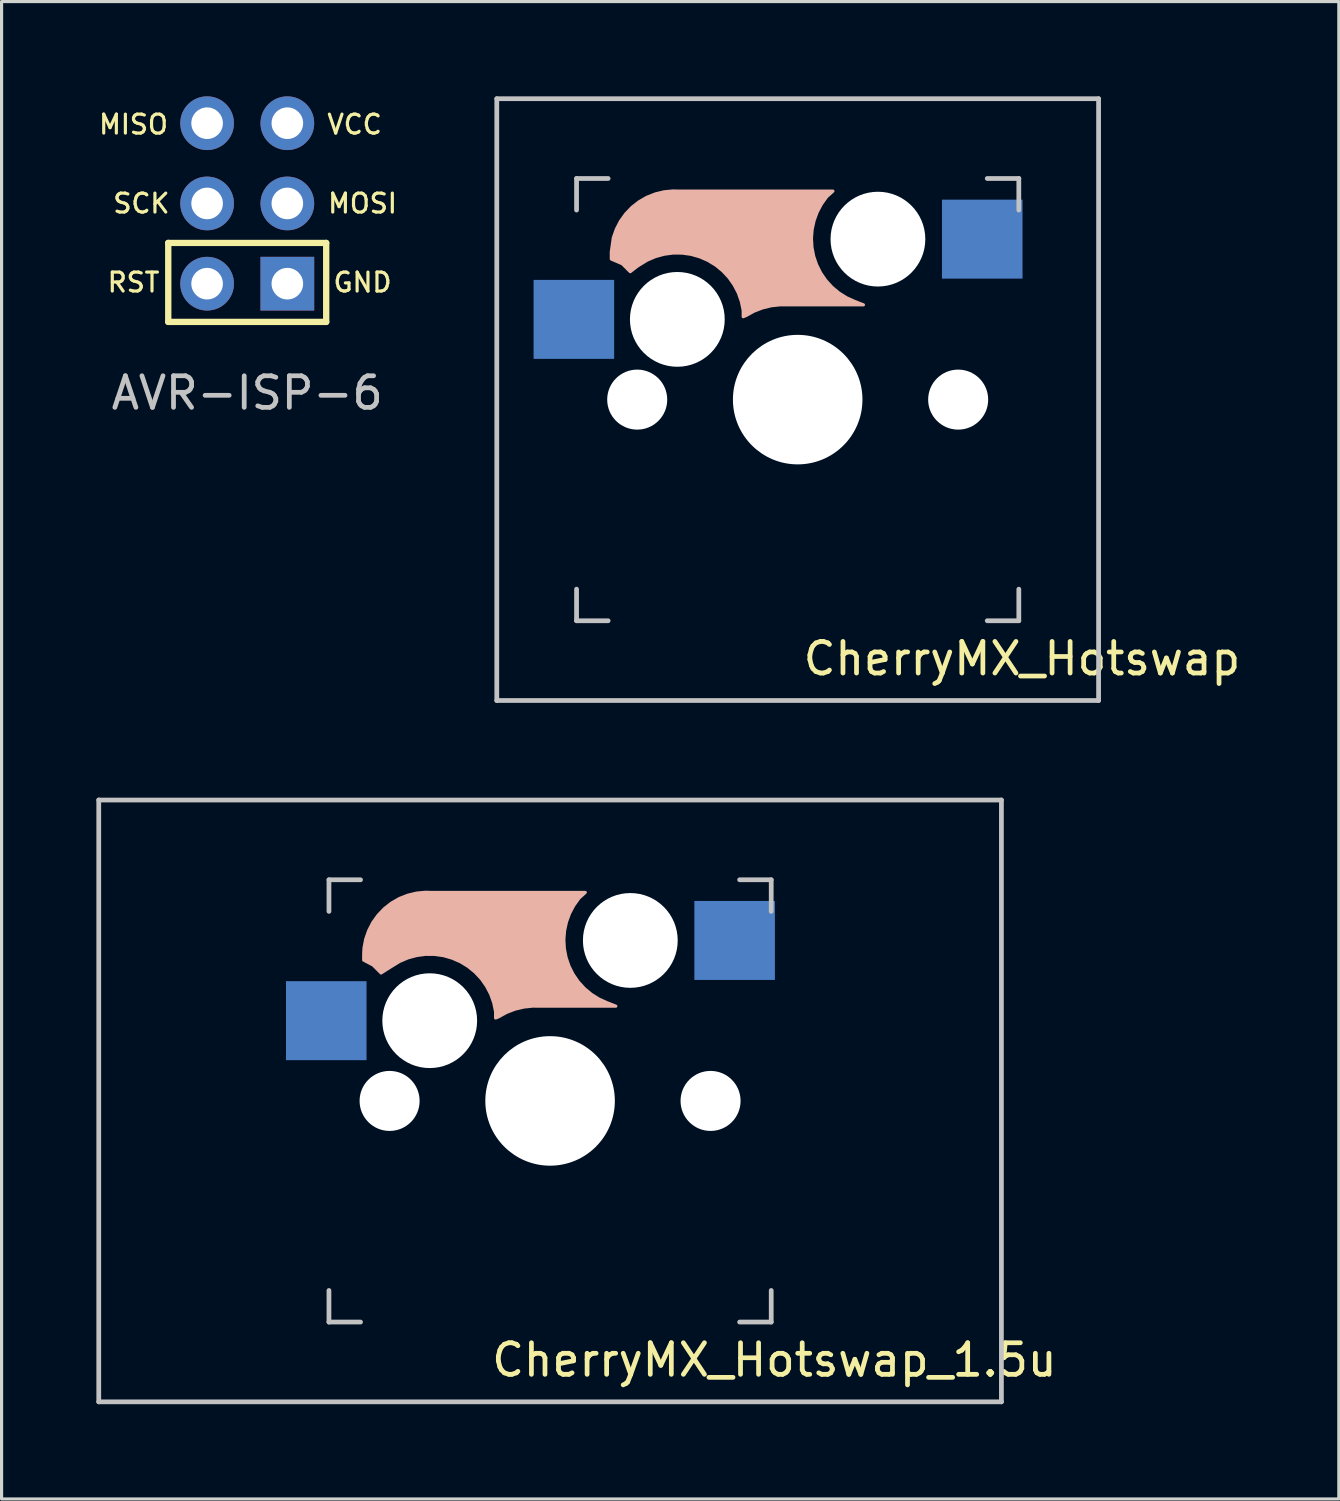
<source format=kicad_pcb>
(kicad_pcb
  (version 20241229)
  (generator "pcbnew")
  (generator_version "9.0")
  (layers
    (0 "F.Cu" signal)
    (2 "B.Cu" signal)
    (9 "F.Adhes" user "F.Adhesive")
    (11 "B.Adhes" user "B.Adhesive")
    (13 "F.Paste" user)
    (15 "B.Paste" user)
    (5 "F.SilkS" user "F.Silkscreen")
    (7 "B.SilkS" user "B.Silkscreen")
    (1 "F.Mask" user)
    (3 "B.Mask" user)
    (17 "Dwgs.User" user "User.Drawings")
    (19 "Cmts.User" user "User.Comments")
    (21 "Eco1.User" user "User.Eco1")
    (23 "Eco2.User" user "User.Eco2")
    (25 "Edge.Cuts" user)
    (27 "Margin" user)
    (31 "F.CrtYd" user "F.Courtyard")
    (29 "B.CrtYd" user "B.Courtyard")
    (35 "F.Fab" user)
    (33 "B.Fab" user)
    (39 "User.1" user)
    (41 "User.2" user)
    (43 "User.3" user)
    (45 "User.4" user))
  (footprint "CherryMX_Hotswap_1.5u"
    (layer "F.Cu")
    (at 14.363 31.8)
    (property "Reference" "CherryMX_Hotswap_1.5u" (at 7.1 8.2 0) (layer "F.SilkS") (effects (font (size 1 1) (thickness 0.15))))
    (attr through_hole)
    (fp_poly (pts (xy -3.8 -6.6) (xy -3.943 -6.605) (xy -4.228 -6.578) (xy -4.506 -6.511) (xy -4.772 -6.406) (xy -5.02 -6.263) (xy -5.245 -6.087) (xy -5.443 -5.88) (xy -5.61 -5.648) (xy -5.741 -5.394) (xy -5.836 -5.124) (xy -5.89 -4.843) (xy -5.9 -4.65) (xy -5.9 -4.458) (xy -5.6 -4.3) (xy -5.35 -4.05) (xy -5.075 -4.225) (xy -4.766 -4.415) (xy -4.502 -4.528) (xy -4.226 -4.603) (xy -3.942 -4.641) (xy -3.656 -4.639) (xy -3.372 -4.599) (xy -3.097 -4.52) (xy -2.835 -4.405) (xy -2.591 -4.256) (xy -2.369 -4.074) (xy -2.174 -3.865) (xy -2.01 -3.63) (xy -1.878 -3.376) (xy -1.783 -3.106) (xy -1.725 -2.826) (xy -1.725 -2.625) (xy -1.637 -2.66) (xy -1.384 -2.8) (xy -1.114 -2.904) (xy -0.833 -2.972) (xy -0.545 -3.002) (xy -0.4 -3) (xy 2.081 -3) (xy 1.806 -3.107) (xy 1.545 -3.225) (xy 1.303 -3.377) (xy 1.083 -3.561) (xy 0.89 -3.773) (xy 0.728 -4.009) (xy 0.6 -4.264) (xy 0.507 -4.535) (xy 0.452 -4.816) (xy 0.435 -5.102) (xy 0.458 -5.387) (xy 0.519 -5.667) (xy 0.617 -5.936) (xy 0.751 -6.189) (xy 0.918 -6.422) (xy 1.115 -6.6)) (stroke (width 0.1) (type solid)) (fill yes) (layer "B.SilkS"))
    (fp_line (start -14.287 -9.525) (end 14.287 -9.525) (stroke (width 0.15) (type solid)) (layer "Dwgs.User"))
    (fp_line (start -14.287 9.525) (end -14.287 -9.525) (stroke (width 0.15) (type solid)) (layer "Dwgs.User"))
    (fp_line (start -7 -7) (end -6 -7) (stroke (width 0.15) (type solid)) (layer "Dwgs.User"))
    (fp_line (start -7 -6) (end -7 -7) (stroke (width 0.15) (type solid)) (layer "Dwgs.User"))
    (fp_line (start -7 6) (end -7 7) (stroke (width 0.15) (type solid)) (layer "Dwgs.User"))
    (fp_line (start -7 7) (end -6 7) (stroke (width 0.15) (type solid)) (layer "Dwgs.User"))
    (fp_line (start 6 7) (end 7 7) (stroke (width 0.15) (type solid)) (layer "Dwgs.User"))
    (fp_line (start 7 -7) (end 6 -7) (stroke (width 0.15) (type solid)) (layer "Dwgs.User"))
    (fp_line (start 7 -7) (end 7 -6) (stroke (width 0.15) (type solid)) (layer "Dwgs.User"))
    (fp_line (start 7 7) (end 7 6) (stroke (width 0.15) (type solid)) (layer "Dwgs.User"))
    (fp_line (start 14.287 -9.525) (end 14.287 9.525) (stroke (width 0.15) (type solid)) (layer "Dwgs.User"))
    (fp_line (start 14.287 9.525) (end -14.287 9.525) (stroke (width 0.15) (type solid)) (layer "Dwgs.User"))
    (pad "" np_thru_hole circle (at -5.08 0) (size 1.9 1.9) (drill 1.9) (layers "*.Cu" "*.Mask"))
    (pad "" np_thru_hole circle (at -3.81 -2.54) (size 3 3) (drill 3) (layers "*.Cu" "*.Mask"))
    (pad "" np_thru_hole circle (at 0 0 90) (size 4.1 4.1) (drill 4.1) (layers "*.Cu" "*.Mask"))
    (pad "" np_thru_hole circle (at 2.54 -5.08) (size 3 3) (drill 3) (layers "*.Cu" "*.Mask"))
    (pad "" np_thru_hole circle (at 5.08 0) (size 1.9 1.9) (drill 1.9) (layers "*.Cu" "*.Mask"))
    (pad "1" smd rect (at -7.085 -2.54 180) (size 2.55 2.5) (layers "B.Cu" "B.Mask" "B.Paste"))
    (pad "2" smd rect (at 5.842 -5.08 180) (size 2.55 2.5) (layers "B.Cu" "B.Mask" "B.Paste")))
  (footprint "CherryMX_Hotswap"
    (layer "F.Cu")
    (at 22.201 9.6)
    (property "Reference" "CherryMX_Hotswap" (at 7.1 8.2 0) (layer "F.SilkS") (effects (font (size 1 1) (thickness 0.15))))
    (attr through_hole)
    (fp_poly (pts (xy -3.8 -6.6) (xy -3.943 -6.605) (xy -4.228 -6.578) (xy -4.506 -6.511) (xy -4.772 -6.406) (xy -5.02 -6.263) (xy -5.245 -6.087) (xy -5.443 -5.88) (xy -5.61 -5.648) (xy -5.741 -5.394) (xy -5.836 -5.124) (xy -5.9 -4.675) (xy -5.9 -4.45) (xy -5.55 -4.3) (xy -5.3 -4.05) (xy -5.075 -4.225) (xy -4.766 -4.415) (xy -4.502 -4.528) (xy -4.226 -4.603) (xy -3.942 -4.641) (xy -3.656 -4.639) (xy -3.372 -4.599) (xy -3.097 -4.52) (xy -2.835 -4.405) (xy -2.591 -4.256) (xy -2.369 -4.074) (xy -2.174 -3.865) (xy -2.01 -3.63) (xy -1.878 -3.376) (xy -1.783 -3.106) (xy -1.725 -2.826) (xy -1.725 -2.625) (xy -1.637 -2.66) (xy -1.384 -2.8) (xy -1.114 -2.904) (xy -0.833 -2.972) (xy -0.545 -3.002) (xy -0.4 -3) (xy 2.081 -3) (xy 1.806 -3.107) (xy 1.545 -3.225) (xy 1.303 -3.377) (xy 1.083 -3.561) (xy 0.89 -3.773) (xy 0.728 -4.009) (xy 0.6 -4.264) (xy 0.507 -4.535) (xy 0.452 -4.816) (xy 0.435 -5.102) (xy 0.458 -5.387) (xy 0.519 -5.667) (xy 0.617 -5.936) (xy 0.751 -6.189) (xy 0.918 -6.422) (xy 1.115 -6.6)) (stroke (width 0.1) (type solid)) (fill yes) (layer "B.SilkS"))
    (fp_line (start -9.525 -9.525) (end 9.525 -9.525) (stroke (width 0.15) (type solid)) (layer "Dwgs.User"))
    (fp_line (start -9.525 9.525) (end -9.525 -9.525) (stroke (width 0.15) (type solid)) (layer "Dwgs.User"))
    (fp_line (start -7 -7) (end -6 -7) (stroke (width 0.15) (type solid)) (layer "Dwgs.User"))
    (fp_line (start -7 -6) (end -7 -7) (stroke (width 0.15) (type solid)) (layer "Dwgs.User"))
    (fp_line (start -7 6) (end -7 7) (stroke (width 0.15) (type solid)) (layer "Dwgs.User"))
    (fp_line (start -7 7) (end -6 7) (stroke (width 0.15) (type solid)) (layer "Dwgs.User"))
    (fp_line (start 6 7) (end 7 7) (stroke (width 0.15) (type solid)) (layer "Dwgs.User"))
    (fp_line (start 7 -7) (end 6 -7) (stroke (width 0.15) (type solid)) (layer "Dwgs.User"))
    (fp_line (start 7 -7) (end 7 -6) (stroke (width 0.15) (type solid)) (layer "Dwgs.User"))
    (fp_line (start 7 7) (end 7 6) (stroke (width 0.15) (type solid)) (layer "Dwgs.User"))
    (fp_line (start 9.525 -9.525) (end 9.525 9.525) (stroke (width 0.15) (type solid)) (layer "Dwgs.User"))
    (fp_line (start 9.525 9.525) (end -9.525 9.525) (stroke (width 0.15) (type solid)) (layer "Dwgs.User"))
    (pad "" np_thru_hole circle (at -5.08 0) (size 1.9 1.9) (drill 1.9) (layers "*.Cu" "*.Mask"))
    (pad "" np_thru_hole circle (at -3.81 -2.54) (size 3 3) (drill 3) (layers "*.Cu" "*.Mask"))
    (pad "" np_thru_hole circle (at 0 0 90) (size 4.1 4.1) (drill 4.1) (layers "*.Cu" "*.Mask"))
    (pad "" np_thru_hole circle (at 2.54 -5.08) (size 3 3) (drill 3) (layers "*.Cu" "*.Mask"))
    (pad "" np_thru_hole circle (at 5.08 0) (size 1.9 1.9) (drill 1.9) (layers "*.Cu" "*.Mask"))
    (pad "1" smd rect (at -7.085 -2.54 180) (size 2.55 2.5) (layers "B.Cu" "B.Mask" "B.Paste"))
    (pad "2" smd rect (at 5.842 -5.08 180) (size 2.55 2.5) (layers "B.Cu" "B.Mask" "B.Paste")))
  (footprint "AVR-ISP-6"
    (layer "F.Cu")
    (at 4.776 3.39)
    (property "Reference" "AVR-ISP-6" (at 0 6 180) (layer "Dwgs.User") (effects (font (size 1 1) (thickness 0.15))))
    (attr through_hole)
    (fp_line (start -2.5 1.25) (end 2.5 1.25) (stroke (width 0.2) (type solid)) (layer "F.SilkS"))
    (fp_line (start -2.5 3.75) (end -2.5 1.25) (stroke (width 0.2) (type solid)) (layer "F.SilkS"))
    (fp_line (start 2.5 1.25) (end 2.5 3.75) (stroke (width 0.2) (type solid)) (layer "F.SilkS"))
    (fp_line (start 2.5 3.75) (end -2.5 3.75) (stroke (width 0.2) (type solid)) (layer "F.SilkS"))
    (fp_text user "VCC" (at 3.4 -2.5 180) (layer "F.SilkS") (effects (font (size 0.6 0.6) (thickness 0.1))))
    (fp_text user "GND" (at 3.65 2.5 180) (layer "F.SilkS") (effects (font (size 0.6 0.6) (thickness 0.1))))
    (fp_text user "MISO" (at -3.6 -2.5 180) (layer "F.SilkS") (effects (font (size 0.6 0.6) (thickness 0.1))))
    (fp_text user "MOSI" (at 3.65 0 180) (layer "F.SilkS") (effects (font (size 0.6 0.6) (thickness 0.1))))
    (fp_text user "SCK" (at -3.35 0 180) (layer "F.SilkS") (effects (font (size 0.6 0.6) (thickness 0.1))))
    (fp_text user "RST" (at -3.6 2.5 180) (layer "F.SilkS") (effects (font (size 0.6 0.6) (thickness 0.1))))
    (pad "1" thru_hole circle (at -1.27 -2.54) (size 1.7 1.7) (drill 1) (layers "*.Cu" "F.Mask"))
    (pad "2" thru_hole circle (at 1.27 -2.54) (size 1.7 1.7) (drill 1) (layers "*.Cu" "F.Mask"))
    (pad "3" thru_hole circle (at -1.27 0) (size 1.7 1.7) (drill 1) (layers "*.Cu" "F.Mask"))
    (pad "4" thru_hole circle (at 1.27 0) (size 1.7 1.7) (drill 1) (layers "*.Cu" "F.Mask"))
    (pad "5" thru_hole circle (at -1.27 2.54) (size 1.7 1.7) (drill 1) (layers "*.Cu" "F.Mask"))
    (pad "6" thru_hole rect (at 1.27 2.54) (size 1.7 1.7) (drill 1) (layers "*.Cu" "F.Mask")))
  (gr_rect
    (start -3 -3)
    (end 39.331 44.4)
    (stroke (width 0.1) (type default))
    (fill no)
    (layer "Edge.Cuts")))
</source>
